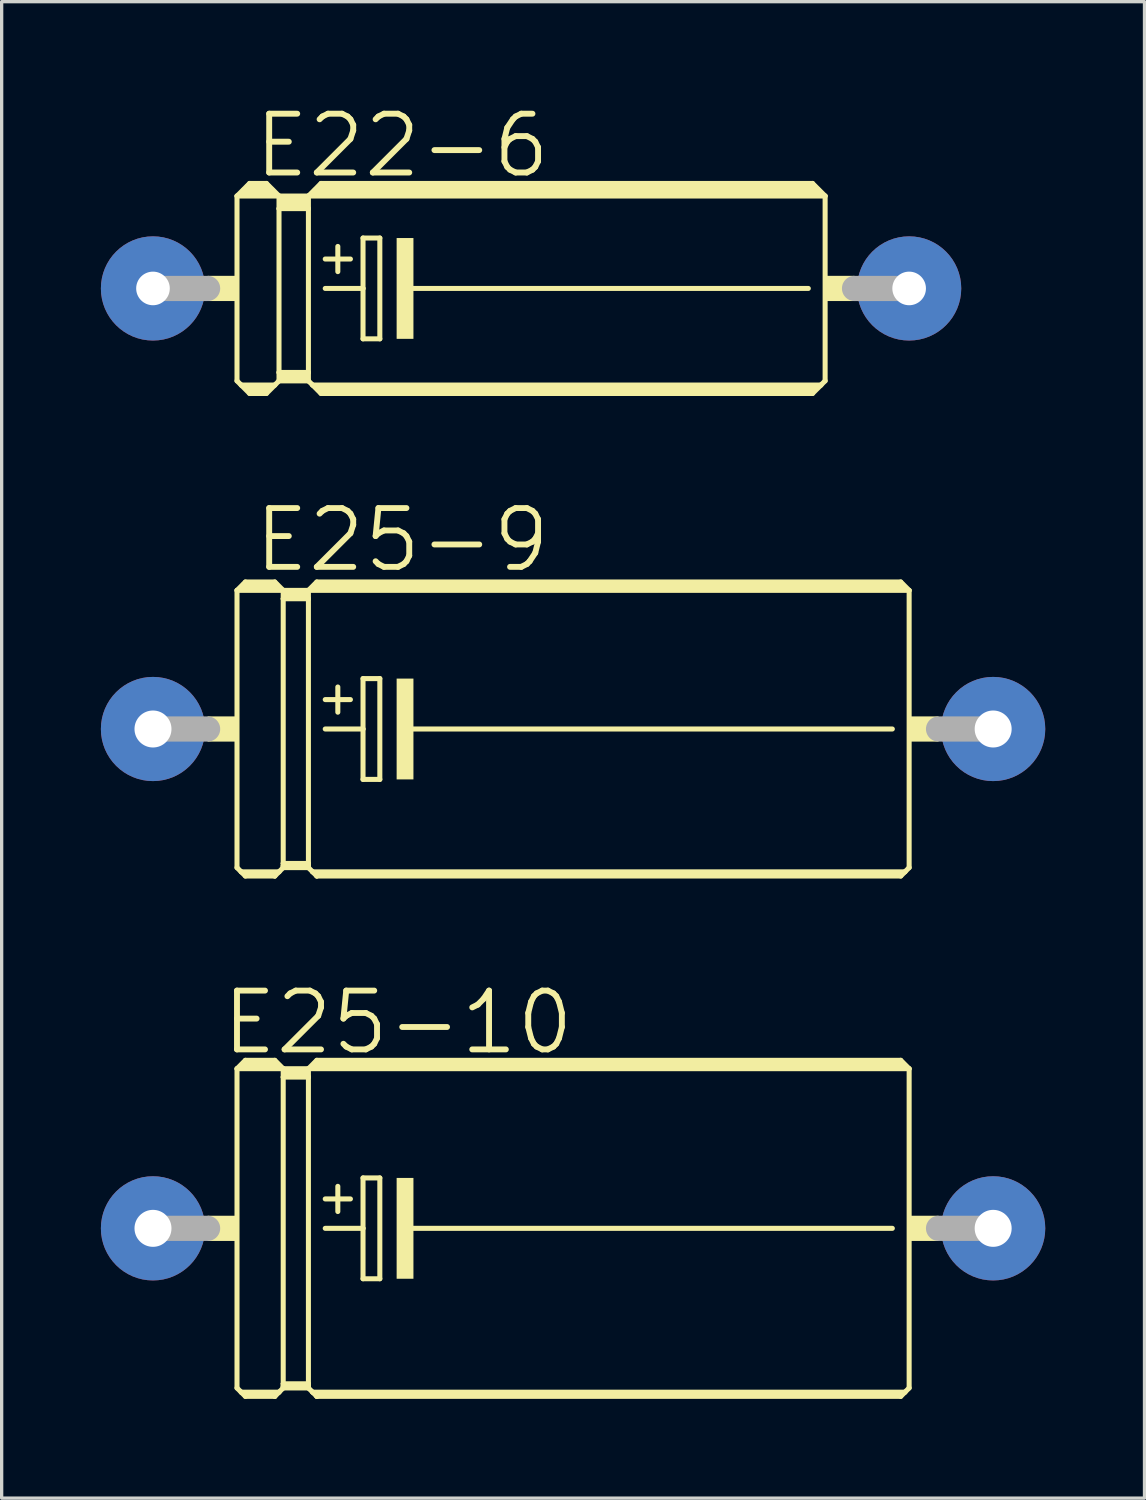
<source format=kicad_pcb>
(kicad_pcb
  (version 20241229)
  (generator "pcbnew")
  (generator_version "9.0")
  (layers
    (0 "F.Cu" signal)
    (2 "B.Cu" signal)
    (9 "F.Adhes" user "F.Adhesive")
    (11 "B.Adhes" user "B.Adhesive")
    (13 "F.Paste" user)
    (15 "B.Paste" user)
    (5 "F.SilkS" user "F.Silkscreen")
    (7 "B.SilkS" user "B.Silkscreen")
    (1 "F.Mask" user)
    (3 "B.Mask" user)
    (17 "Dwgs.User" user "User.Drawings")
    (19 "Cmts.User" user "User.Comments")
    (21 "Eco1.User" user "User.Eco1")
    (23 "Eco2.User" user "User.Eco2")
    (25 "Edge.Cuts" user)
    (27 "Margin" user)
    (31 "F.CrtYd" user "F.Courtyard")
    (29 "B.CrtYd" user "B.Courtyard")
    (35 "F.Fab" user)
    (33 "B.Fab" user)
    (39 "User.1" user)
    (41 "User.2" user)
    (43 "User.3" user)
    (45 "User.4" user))
  (footprint "E25-9"
    (layer "F.Cu")
    (at 14.275 18.989)
    (property "Reference" "E25-9" (at -5.165 -5.715 0) (layer "F.SilkS") (effects (font (size 1.778 1.778) (thickness 0.178))))
    (attr through_hole)
    (fp_line (start -10.16 -4.191) (end -10.16 4.191) (stroke (width 0.152) (type solid)) (layer "F.SilkS"))
    (fp_line (start -10.16 -4.191) (end -9.906 -4.445) (stroke (width 0.152) (type solid)) (layer "F.SilkS"))
    (fp_line (start -10.16 -4.191) (end -8.763 -4.191) (stroke (width 0.152) (type solid)) (layer "F.SilkS"))
    (fp_line (start -10.16 4.191) (end -10.033 4.318) (stroke (width 0.152) (type solid)) (layer "F.SilkS"))
    (fp_line (start -10.033 4.318) (end -9.906 4.445) (stroke (width 0.152) (type solid)) (layer "F.SilkS"))
    (fp_line (start -10.033 4.318) (end -8.89 4.318) (stroke (width 0.152) (type solid)) (layer "F.SilkS"))
    (fp_line (start -9.906 -4.445) (end -9.017 -4.445) (stroke (width 0.152) (type solid)) (layer "F.SilkS"))
    (fp_line (start -9.906 -4.318) (end -9.017 -4.318) (stroke (width 0.305) (type solid)) (layer "F.SilkS"))
    (fp_line (start -9.906 4.394) (end -9.017 4.394) (stroke (width 0.152) (type solid)) (layer "F.SilkS"))
    (fp_line (start -9.906 4.445) (end -9.017 4.445) (stroke (width 0.152) (type solid)) (layer "F.SilkS"))
    (fp_line (start -9.017 -4.445) (end -8.763 -4.191) (stroke (width 0.152) (type solid)) (layer "F.SilkS"))
    (fp_line (start -9.017 4.394) (end -9.017 4.445) (stroke (width 0.152) (type solid)) (layer "F.SilkS"))
    (fp_line (start -9.017 4.445) (end -8.89 4.318) (stroke (width 0.152) (type solid)) (layer "F.SilkS"))
    (fp_line (start -8.89 4.318) (end -8.763 4.191) (stroke (width 0.152) (type solid)) (layer "F.SilkS"))
    (fp_line (start -8.763 -4.191) (end -8.763 -3.937) (stroke (width 0.152) (type solid)) (layer "F.SilkS"))
    (fp_line (start -8.763 -3.937) (end -8.001 -3.937) (stroke (width 0.152) (type solid)) (layer "F.SilkS"))
    (fp_line (start -8.763 4.064) (end -8.763 -3.937) (stroke (width 0.152) (type solid)) (layer "F.SilkS"))
    (fp_line (start -8.763 4.064) (end -8.001 4.064) (stroke (width 0.152) (type solid)) (layer "F.SilkS"))
    (fp_line (start -8.763 4.14) (end -8.763 4.064) (stroke (width 0.152) (type solid)) (layer "F.SilkS"))
    (fp_line (start -8.763 4.14) (end -8.001 4.14) (stroke (width 0.152) (type solid)) (layer "F.SilkS"))
    (fp_line (start -8.763 4.191) (end -8.763 4.14) (stroke (width 0.152) (type solid)) (layer "F.SilkS"))
    (fp_line (start -8.636 -4.064) (end -8.128 -4.064) (stroke (width 0.305) (type solid)) (layer "F.SilkS"))
    (fp_line (start -8.001 -4.191) (end -8.763 -4.191) (stroke (width 0.152) (type solid)) (layer "F.SilkS"))
    (fp_line (start -8.001 -4.191) (end -8.001 -3.937) (stroke (width 0.152) (type solid)) (layer "F.SilkS"))
    (fp_line (start -8.001 -4.191) (end 10.16 -4.191) (stroke (width 0.152) (type solid)) (layer "F.SilkS"))
    (fp_line (start -8.001 4.064) (end -8.001 -3.937) (stroke (width 0.152) (type solid)) (layer "F.SilkS"))
    (fp_line (start -8.001 4.14) (end -8.001 4.064) (stroke (width 0.152) (type solid)) (layer "F.SilkS"))
    (fp_line (start -8.001 4.191) (end -8.763 4.191) (stroke (width 0.152) (type solid)) (layer "F.SilkS"))
    (fp_line (start -8.001 4.191) (end -8.001 4.14) (stroke (width 0.152) (type solid)) (layer "F.SilkS"))
    (fp_line (start -7.874 4.318) (end -8.001 4.191) (stroke (width 0.152) (type solid)) (layer "F.SilkS"))
    (fp_line (start -7.874 4.318) (end 10.033 4.318) (stroke (width 0.152) (type solid)) (layer "F.SilkS"))
    (fp_line (start -7.747 -4.445) (end -8.001 -4.191) (stroke (width 0.152) (type solid)) (layer "F.SilkS"))
    (fp_line (start -7.747 -4.445) (end 9.906 -4.445) (stroke (width 0.152) (type solid)) (layer "F.SilkS"))
    (fp_line (start -7.747 -4.318) (end 9.906 -4.318) (stroke (width 0.305) (type solid)) (layer "F.SilkS"))
    (fp_line (start -7.747 4.394) (end 9.906 4.394) (stroke (width 0.152) (type solid)) (layer "F.SilkS"))
    (fp_line (start -7.747 4.445) (end -7.874 4.318) (stroke (width 0.152) (type solid)) (layer "F.SilkS"))
    (fp_line (start -7.747 4.445) (end -7.747 4.394) (stroke (width 0.152) (type solid)) (layer "F.SilkS"))
    (fp_line (start -7.747 4.445) (end 9.906 4.445) (stroke (width 0.152) (type solid)) (layer "F.SilkS"))
    (fp_line (start -7.493 -0.889) (end -6.731 -0.889) (stroke (width 0.152) (type solid)) (layer "F.SilkS"))
    (fp_line (start -7.493 0) (end -6.35 0) (stroke (width 0.152) (type solid)) (layer "F.SilkS"))
    (fp_line (start -7.112 -1.27) (end -7.112 -0.508) (stroke (width 0.152) (type solid)) (layer "F.SilkS"))
    (fp_line (start -6.35 -1.524) (end -6.35 0) (stroke (width 0.152) (type solid)) (layer "F.SilkS"))
    (fp_line (start -6.35 0) (end -6.35 1.524) (stroke (width 0.152) (type solid)) (layer "F.SilkS"))
    (fp_line (start -6.35 1.524) (end -5.842 1.524) (stroke (width 0.152) (type solid)) (layer "F.SilkS"))
    (fp_line (start -5.842 -1.524) (end -6.35 -1.524) (stroke (width 0.152) (type solid)) (layer "F.SilkS"))
    (fp_line (start -5.842 1.524) (end -5.842 -1.524) (stroke (width 0.152) (type solid)) (layer "F.SilkS"))
    (fp_line (start -4.953 0) (end 9.652 0) (stroke (width 0.152) (type solid)) (layer "F.SilkS"))
    (fp_line (start 9.906 -4.445) (end 10.16 -4.191) (stroke (width 0.152) (type solid)) (layer "F.SilkS"))
    (fp_line (start 9.906 4.445) (end 10.033 4.318) (stroke (width 0.152) (type solid)) (layer "F.SilkS"))
    (fp_line (start 10.033 4.318) (end 10.16 4.191) (stroke (width 0.152) (type solid)) (layer "F.SilkS"))
    (fp_line (start 10.16 4.191) (end 10.16 -4.191) (stroke (width 0.152) (type solid)) (layer "F.SilkS"))
    (fp_poly (pts (xy -11.049 -0.381) (xy -10.16 -0.381) (xy -10.16 0.381) (xy -11.049 0.381)) (stroke (width 0) (type solid)) (fill yes) (layer "F.SilkS"))
    (fp_poly (pts (xy -5.334 -1.524) (xy -4.826 -1.524) (xy -4.826 1.524) (xy -5.334 1.524)) (stroke (width 0) (type solid)) (fill yes) (layer "F.SilkS"))
    (fp_poly (pts (xy 10.16 -0.381) (xy 11.049 -0.381) (xy 11.049 0.381) (xy 10.16 0.381)) (stroke (width 0) (type solid)) (fill yes) (layer "F.SilkS"))
    (fp_line (start -12.7 0) (end -11.049 0) (stroke (width 0.762) (type solid)) (layer "F.Fab"))
    (fp_line (start 12.7 0) (end 11.049 0) (stroke (width 0.762) (type solid)) (layer "F.Fab"))
    (pad "+" thru_hole circle (at -12.7 0) (size 3.15 3.15) (drill 1.118) (layers "*.Cu" "*.Mask"))
    (pad "-" thru_hole circle (at 12.7 0) (size 3.15 3.15) (drill 1.118) (layers "*.Cu" "*.Mask")))
  (footprint "E25-10"
    (layer "F.Cu")
    (at 14.275 34.085)
    (property "Reference" "E25-10" (at -5.292 -6.223 0) (layer "F.SilkS") (effects (font (size 1.778 1.778) (thickness 0.178))))
    (attr through_hole)
    (fp_line (start -10.16 -4.826) (end -10.16 4.826) (stroke (width 0.152) (type solid)) (layer "F.SilkS"))
    (fp_line (start -10.16 -4.826) (end -9.906 -5.08) (stroke (width 0.152) (type solid)) (layer "F.SilkS"))
    (fp_line (start -10.16 -4.826) (end -8.763 -4.826) (stroke (width 0.152) (type solid)) (layer "F.SilkS"))
    (fp_line (start -10.16 4.826) (end -10.033 4.953) (stroke (width 0.152) (type solid)) (layer "F.SilkS"))
    (fp_line (start -10.033 4.953) (end -9.906 5.08) (stroke (width 0.152) (type solid)) (layer "F.SilkS"))
    (fp_line (start -10.033 4.953) (end -8.89 4.953) (stroke (width 0.152) (type solid)) (layer "F.SilkS"))
    (fp_line (start -9.906 -5.08) (end -9.017 -5.08) (stroke (width 0.152) (type solid)) (layer "F.SilkS"))
    (fp_line (start -9.906 -4.953) (end -9.017 -4.953) (stroke (width 0.305) (type solid)) (layer "F.SilkS"))
    (fp_line (start -9.906 5.029) (end -9.017 5.029) (stroke (width 0.152) (type solid)) (layer "F.SilkS"))
    (fp_line (start -9.906 5.08) (end -9.017 5.08) (stroke (width 0.152) (type solid)) (layer "F.SilkS"))
    (fp_line (start -9.017 -5.08) (end -8.763 -4.826) (stroke (width 0.152) (type solid)) (layer "F.SilkS"))
    (fp_line (start -9.017 5.029) (end -9.017 5.08) (stroke (width 0.152) (type solid)) (layer "F.SilkS"))
    (fp_line (start -9.017 5.08) (end -8.89 4.953) (stroke (width 0.152) (type solid)) (layer "F.SilkS"))
    (fp_line (start -8.89 4.953) (end -8.763 4.826) (stroke (width 0.152) (type solid)) (layer "F.SilkS"))
    (fp_line (start -8.763 -4.826) (end -8.763 -4.572) (stroke (width 0.152) (type solid)) (layer "F.SilkS"))
    (fp_line (start -8.763 -4.572) (end -8.001 -4.572) (stroke (width 0.152) (type solid)) (layer "F.SilkS"))
    (fp_line (start -8.763 4.699) (end -8.763 -4.572) (stroke (width 0.152) (type solid)) (layer "F.SilkS"))
    (fp_line (start -8.763 4.699) (end -8.001 4.699) (stroke (width 0.152) (type solid)) (layer "F.SilkS"))
    (fp_line (start -8.763 4.775) (end -8.763 4.699) (stroke (width 0.152) (type solid)) (layer "F.SilkS"))
    (fp_line (start -8.763 4.775) (end -8.001 4.775) (stroke (width 0.152) (type solid)) (layer "F.SilkS"))
    (fp_line (start -8.763 4.826) (end -8.763 4.775) (stroke (width 0.152) (type solid)) (layer "F.SilkS"))
    (fp_line (start -8.636 -4.699) (end -8.128 -4.699) (stroke (width 0.305) (type solid)) (layer "F.SilkS"))
    (fp_line (start -8.001 -4.826) (end -8.763 -4.826) (stroke (width 0.152) (type solid)) (layer "F.SilkS"))
    (fp_line (start -8.001 -4.826) (end -8.001 -4.572) (stroke (width 0.152) (type solid)) (layer "F.SilkS"))
    (fp_line (start -8.001 -4.826) (end 10.16 -4.826) (stroke (width 0.152) (type solid)) (layer "F.SilkS"))
    (fp_line (start -8.001 4.699) (end -8.001 -4.572) (stroke (width 0.152) (type solid)) (layer "F.SilkS"))
    (fp_line (start -8.001 4.775) (end -8.001 4.699) (stroke (width 0.152) (type solid)) (layer "F.SilkS"))
    (fp_line (start -8.001 4.826) (end -8.763 4.826) (stroke (width 0.152) (type solid)) (layer "F.SilkS"))
    (fp_line (start -8.001 4.826) (end -8.001 4.775) (stroke (width 0.152) (type solid)) (layer "F.SilkS"))
    (fp_line (start -7.874 4.953) (end -8.001 4.826) (stroke (width 0.152) (type solid)) (layer "F.SilkS"))
    (fp_line (start -7.874 4.953) (end 10.033 4.953) (stroke (width 0.152) (type solid)) (layer "F.SilkS"))
    (fp_line (start -7.747 -5.08) (end -8.001 -4.826) (stroke (width 0.152) (type solid)) (layer "F.SilkS"))
    (fp_line (start -7.747 -5.08) (end 9.906 -5.08) (stroke (width 0.152) (type solid)) (layer "F.SilkS"))
    (fp_line (start -7.747 -4.953) (end 9.906 -4.953) (stroke (width 0.305) (type solid)) (layer "F.SilkS"))
    (fp_line (start -7.747 5.029) (end 9.906 5.029) (stroke (width 0.152) (type solid)) (layer "F.SilkS"))
    (fp_line (start -7.747 5.08) (end -7.874 4.953) (stroke (width 0.152) (type solid)) (layer "F.SilkS"))
    (fp_line (start -7.747 5.08) (end -7.747 5.029) (stroke (width 0.152) (type solid)) (layer "F.SilkS"))
    (fp_line (start -7.747 5.08) (end 9.906 5.08) (stroke (width 0.152) (type solid)) (layer "F.SilkS"))
    (fp_line (start -7.493 -0.889) (end -6.731 -0.889) (stroke (width 0.152) (type solid)) (layer "F.SilkS"))
    (fp_line (start -7.493 0) (end -6.35 0) (stroke (width 0.152) (type solid)) (layer "F.SilkS"))
    (fp_line (start -7.112 -1.27) (end -7.112 -0.508) (stroke (width 0.152) (type solid)) (layer "F.SilkS"))
    (fp_line (start -6.35 -1.524) (end -6.35 0) (stroke (width 0.152) (type solid)) (layer "F.SilkS"))
    (fp_line (start -6.35 0) (end -6.35 1.524) (stroke (width 0.152) (type solid)) (layer "F.SilkS"))
    (fp_line (start -6.35 1.524) (end -5.842 1.524) (stroke (width 0.152) (type solid)) (layer "F.SilkS"))
    (fp_line (start -5.842 -1.524) (end -6.35 -1.524) (stroke (width 0.152) (type solid)) (layer "F.SilkS"))
    (fp_line (start -5.842 1.524) (end -5.842 -1.524) (stroke (width 0.152) (type solid)) (layer "F.SilkS"))
    (fp_line (start -4.953 0) (end 9.652 0) (stroke (width 0.152) (type solid)) (layer "F.SilkS"))
    (fp_line (start 9.906 -5.08) (end 10.16 -4.826) (stroke (width 0.152) (type solid)) (layer "F.SilkS"))
    (fp_line (start 9.906 5.08) (end 10.033 4.953) (stroke (width 0.152) (type solid)) (layer "F.SilkS"))
    (fp_line (start 10.033 4.953) (end 10.16 4.826) (stroke (width 0.152) (type solid)) (layer "F.SilkS"))
    (fp_line (start 10.16 4.826) (end 10.16 -4.826) (stroke (width 0.152) (type solid)) (layer "F.SilkS"))
    (fp_poly (pts (xy -11.049 -0.381) (xy -10.16 -0.381) (xy -10.16 0.381) (xy -11.049 0.381)) (stroke (width 0) (type solid)) (fill yes) (layer "F.SilkS"))
    (fp_poly (pts (xy -5.334 -1.524) (xy -4.826 -1.524) (xy -4.826 1.524) (xy -5.334 1.524)) (stroke (width 0) (type solid)) (fill yes) (layer "F.SilkS"))
    (fp_poly (pts (xy 10.16 -0.381) (xy 11.049 -0.381) (xy 11.049 0.381) (xy 10.16 0.381)) (stroke (width 0) (type solid)) (fill yes) (layer "F.SilkS"))
    (fp_line (start -12.7 0) (end -11.049 0) (stroke (width 0.762) (type solid)) (layer "F.Fab"))
    (fp_line (start 12.7 0) (end 11.049 0) (stroke (width 0.762) (type solid)) (layer "F.Fab"))
    (pad "+" thru_hole circle (at -12.7 0) (size 3.15 3.15) (drill 1.118) (layers "*.Cu" "*.Mask"))
    (pad "-" thru_hole circle (at 12.7 0) (size 3.15 3.15) (drill 1.118) (layers "*.Cu" "*.Mask")))
  (footprint "E22-6"
    (layer "F.Cu")
    (at 13.005 5.67)
    (property "Reference" "E22-6" (at -3.895 -4.318 0) (layer "F.SilkS") (effects (font (size 1.778 1.778) (thickness 0.178))))
    (attr through_hole)
    (fp_line (start -8.89 -2.794) (end -8.89 2.794) (stroke (width 0.152) (type solid)) (layer "F.SilkS"))
    (fp_line (start -8.89 -2.794) (end -8.509 -3.175) (stroke (width 0.152) (type solid)) (layer "F.SilkS"))
    (fp_line (start -8.89 -2.794) (end -7.62 -2.794) (stroke (width 0.152) (type solid)) (layer "F.SilkS"))
    (fp_line (start -8.89 2.794) (end -8.763 2.921) (stroke (width 0.152) (type solid)) (layer "F.SilkS"))
    (fp_line (start -8.763 2.921) (end -8.509 3.175) (stroke (width 0.152) (type solid)) (layer "F.SilkS"))
    (fp_line (start -8.763 2.921) (end -7.747 2.921) (stroke (width 0.152) (type solid)) (layer "F.SilkS"))
    (fp_line (start -8.636 -2.921) (end -7.874 -2.921) (stroke (width 0.305) (type solid)) (layer "F.SilkS"))
    (fp_line (start -8.509 -3.175) (end -8.001 -3.175) (stroke (width 0.152) (type solid)) (layer "F.SilkS"))
    (fp_line (start -8.509 -3.048) (end -8.001 -3.048) (stroke (width 0.305) (type solid)) (layer "F.SilkS"))
    (fp_line (start -8.509 3.048) (end -8.001 3.048) (stroke (width 0.254) (type solid)) (layer "F.SilkS"))
    (fp_line (start -8.509 3.175) (end -8.001 3.175) (stroke (width 0.152) (type solid)) (layer "F.SilkS"))
    (fp_line (start -7.747 2.921) (end -8.001 3.175) (stroke (width 0.152) (type solid)) (layer "F.SilkS"))
    (fp_line (start -7.62 -2.794) (end -8.001 -3.175) (stroke (width 0.152) (type solid)) (layer "F.SilkS"))
    (fp_line (start -7.62 -2.794) (end -7.62 -2.413) (stroke (width 0.152) (type solid)) (layer "F.SilkS"))
    (fp_line (start -7.62 -2.794) (end -6.731 -2.794) (stroke (width 0.152) (type solid)) (layer "F.SilkS"))
    (fp_line (start -7.62 -2.413) (end -6.731 -2.413) (stroke (width 0.152) (type solid)) (layer "F.SilkS"))
    (fp_line (start -7.62 2.54) (end -7.62 -2.413) (stroke (width 0.152) (type solid)) (layer "F.SilkS"))
    (fp_line (start -7.62 2.54) (end -6.731 2.54) (stroke (width 0.152) (type solid)) (layer "F.SilkS"))
    (fp_line (start -7.62 2.794) (end -7.747 2.921) (stroke (width 0.152) (type solid)) (layer "F.SilkS"))
    (fp_line (start -7.62 2.794) (end -7.62 2.54) (stroke (width 0.152) (type solid)) (layer "F.SilkS"))
    (fp_line (start -7.62 2.794) (end -6.731 2.794) (stroke (width 0.152) (type solid)) (layer "F.SilkS"))
    (fp_line (start -7.493 -2.667) (end -6.858 -2.667) (stroke (width 0.305) (type solid)) (layer "F.SilkS"))
    (fp_line (start -7.493 -2.54) (end -6.858 -2.54) (stroke (width 0.305) (type solid)) (layer "F.SilkS"))
    (fp_line (start -7.493 2.667) (end -6.858 2.667) (stroke (width 0.254) (type solid)) (layer "F.SilkS"))
    (fp_line (start -6.731 -2.794) (end -6.731 -2.413) (stroke (width 0.152) (type solid)) (layer "F.SilkS"))
    (fp_line (start -6.731 -2.794) (end 8.89 -2.794) (stroke (width 0.152) (type solid)) (layer "F.SilkS"))
    (fp_line (start -6.731 -2.413) (end -6.731 2.54) (stroke (width 0.152) (type solid)) (layer "F.SilkS"))
    (fp_line (start -6.731 2.54) (end -6.731 2.794) (stroke (width 0.152) (type solid)) (layer "F.SilkS"))
    (fp_line (start -6.604 2.921) (end -6.731 2.794) (stroke (width 0.152) (type solid)) (layer "F.SilkS"))
    (fp_line (start -6.604 2.921) (end 8.763 2.921) (stroke (width 0.152) (type solid)) (layer "F.SilkS"))
    (fp_line (start -6.477 -2.921) (end 8.636 -2.921) (stroke (width 0.305) (type solid)) (layer "F.SilkS"))
    (fp_line (start -6.35 -3.175) (end -6.731 -2.794) (stroke (width 0.152) (type solid)) (layer "F.SilkS"))
    (fp_line (start -6.35 -3.175) (end 8.509 -3.175) (stroke (width 0.152) (type solid)) (layer "F.SilkS"))
    (fp_line (start -6.35 -3.048) (end 8.509 -3.048) (stroke (width 0.305) (type solid)) (layer "F.SilkS"))
    (fp_line (start -6.35 3.048) (end 8.509 3.048) (stroke (width 0.254) (type solid)) (layer "F.SilkS"))
    (fp_line (start -6.35 3.175) (end -6.604 2.921) (stroke (width 0.152) (type solid)) (layer "F.SilkS"))
    (fp_line (start -6.35 3.175) (end 8.509 3.175) (stroke (width 0.152) (type solid)) (layer "F.SilkS"))
    (fp_line (start -6.223 -0.889) (end -5.461 -0.889) (stroke (width 0.152) (type solid)) (layer "F.SilkS"))
    (fp_line (start -6.223 0) (end -5.08 0) (stroke (width 0.152) (type solid)) (layer "F.SilkS"))
    (fp_line (start -5.842 -1.27) (end -5.842 -0.508) (stroke (width 0.152) (type solid)) (layer "F.SilkS"))
    (fp_line (start -5.08 -1.524) (end -5.08 0) (stroke (width 0.152) (type solid)) (layer "F.SilkS"))
    (fp_line (start -5.08 0) (end -5.08 1.524) (stroke (width 0.152) (type solid)) (layer "F.SilkS"))
    (fp_line (start -5.08 1.524) (end -4.572 1.524) (stroke (width 0.152) (type solid)) (layer "F.SilkS"))
    (fp_line (start -4.572 -1.524) (end -5.08 -1.524) (stroke (width 0.152) (type solid)) (layer "F.SilkS"))
    (fp_line (start -4.572 1.524) (end -4.572 -1.524) (stroke (width 0.152) (type solid)) (layer "F.SilkS"))
    (fp_line (start -3.683 0) (end 8.382 0) (stroke (width 0.152) (type solid)) (layer "F.SilkS"))
    (fp_line (start 8.509 -3.175) (end 8.89 -2.794) (stroke (width 0.152) (type solid)) (layer "F.SilkS"))
    (fp_line (start 8.509 3.175) (end 8.763 2.921) (stroke (width 0.152) (type solid)) (layer "F.SilkS"))
    (fp_line (start 8.763 2.921) (end 8.89 2.794) (stroke (width 0.152) (type solid)) (layer "F.SilkS"))
    (fp_line (start 8.89 -2.794) (end 8.89 2.794) (stroke (width 0.152) (type solid)) (layer "F.SilkS"))
    (fp_poly (pts (xy -9.779 -0.381) (xy -8.89 -0.381) (xy -8.89 0.381) (xy -9.779 0.381)) (stroke (width 0) (type solid)) (fill yes) (layer "F.SilkS"))
    (fp_poly (pts (xy -4.064 -1.524) (xy -3.556 -1.524) (xy -3.556 1.524) (xy -4.064 1.524)) (stroke (width 0) (type solid)) (fill yes) (layer "F.SilkS"))
    (fp_poly (pts (xy 8.89 -0.381) (xy 9.779 -0.381) (xy 9.779 0.381) (xy 8.89 0.381)) (stroke (width 0) (type solid)) (fill yes) (layer "F.SilkS"))
    (fp_line (start -11.43 0) (end -9.779 0) (stroke (width 0.762) (type solid)) (layer "F.Fab"))
    (fp_line (start 11.43 0) (end 9.779 0) (stroke (width 0.762) (type solid)) (layer "F.Fab"))
    (pad "+" thru_hole circle (at -11.43 0) (size 3.15 3.15) (drill 1.016) (layers "*.Cu" "*.Mask"))
    (pad "-" thru_hole circle (at 11.43 0) (size 3.15 3.15) (drill 1.016) (layers "*.Cu" "*.Mask")))
  (gr_rect
    (start -3 -3)
    (end 31.55 42.241)
    (stroke (width 0.1) (type default))
    (fill no)
    (layer "Edge.Cuts")))
</source>
